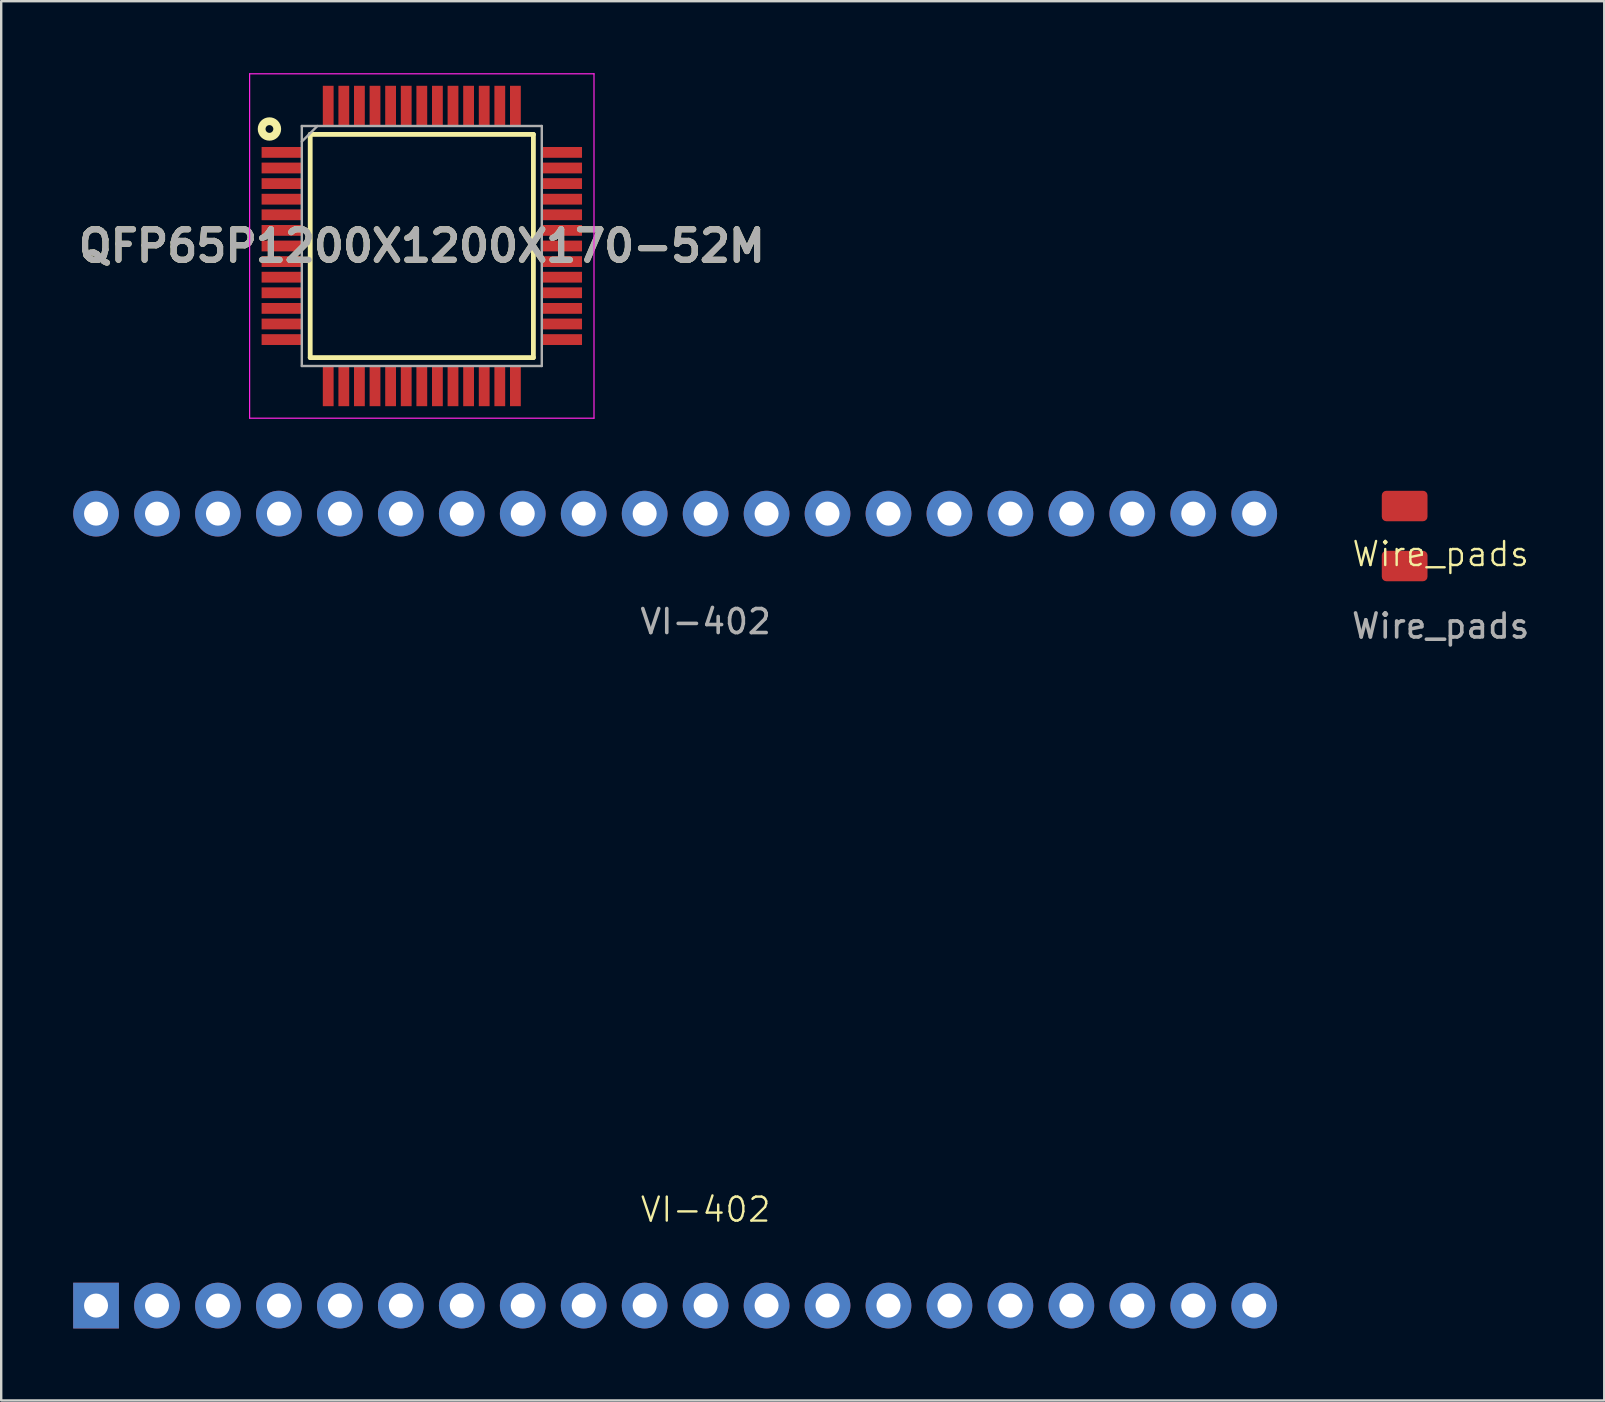
<source format=kicad_pcb>
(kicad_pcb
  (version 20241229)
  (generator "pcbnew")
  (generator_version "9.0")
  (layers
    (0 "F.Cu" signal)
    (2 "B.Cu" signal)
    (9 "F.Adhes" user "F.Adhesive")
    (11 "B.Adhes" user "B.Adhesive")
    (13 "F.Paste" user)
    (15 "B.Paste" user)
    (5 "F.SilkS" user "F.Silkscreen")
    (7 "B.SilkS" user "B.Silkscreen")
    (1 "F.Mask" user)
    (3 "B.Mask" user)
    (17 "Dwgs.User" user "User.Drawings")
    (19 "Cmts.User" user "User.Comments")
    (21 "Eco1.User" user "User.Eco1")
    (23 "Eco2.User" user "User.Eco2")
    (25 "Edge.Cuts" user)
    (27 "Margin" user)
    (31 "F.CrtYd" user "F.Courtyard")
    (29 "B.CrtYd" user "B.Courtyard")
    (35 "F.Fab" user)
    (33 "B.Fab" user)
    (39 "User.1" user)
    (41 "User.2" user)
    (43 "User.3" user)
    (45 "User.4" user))
  (footprint "VI-402"
    (layer "F.Cu")
    (at 26.352 20.352)
    (property "Reference" "VI-402" (at 0 27 0) (unlocked yes) (layer "F.SilkS") (effects (font (size 1 1) (thickness 0.1))))
    (attr smd)
    (fp_text user "${REFERENCE}" (at 0 2.5 0) (unlocked yes) (layer "F.Fab") (effects (font (size 1 1) (thickness 0.15))))
    (pad "1" thru_hole rect (at -25.4 31) (size 1.905 1.905) (drill 1) (layers "*.Cu" "*.Mask"))
    (pad "2" thru_hole circle (at -22.86 31) (size 1.905 1.905) (drill 1) (layers "*.Cu" "*.Mask"))
    (pad "3" thru_hole circle (at -20.32 31) (size 1.905 1.905) (drill 1) (layers "*.Cu" "*.Mask"))
    (pad "4" thru_hole circle (at -17.78 31) (size 1.905 1.905) (drill 1) (layers "*.Cu" "*.Mask"))
    (pad "5" thru_hole circle (at -15.24 31) (size 1.905 1.905) (drill 1) (layers "*.Cu" "*.Mask"))
    (pad "6" thru_hole circle (at -12.7 31) (size 1.905 1.905) (drill 1) (layers "*.Cu" "*.Mask"))
    (pad "7" thru_hole circle (at -10.16 31) (size 1.905 1.905) (drill 1) (layers "*.Cu" "*.Mask"))
    (pad "8" thru_hole circle (at -7.62 31) (size 1.905 1.905) (drill 1) (layers "*.Cu" "*.Mask"))
    (pad "9" thru_hole circle (at -5.08 31) (size 1.905 1.905) (drill 1) (layers "*.Cu" "*.Mask"))
    (pad "10" thru_hole circle (at -2.54 31) (size 1.905 1.905) (drill 1) (layers "*.Cu" "*.Mask"))
    (pad "11" thru_hole circle (at 0 31) (size 1.905 1.905) (drill 1) (layers "*.Cu" "*.Mask"))
    (pad "12" thru_hole circle (at 2.54 31) (size 1.905 1.905) (drill 1) (layers "*.Cu" "*.Mask"))
    (pad "13" thru_hole circle (at 5.08 31) (size 1.905 1.905) (drill 1) (layers "*.Cu" "*.Mask"))
    (pad "14" thru_hole circle (at 7.62 31) (size 1.905 1.905) (drill 1) (layers "*.Cu" "*.Mask"))
    (pad "15" thru_hole circle (at 10.16 31) (size 1.905 1.905) (drill 1) (layers "*.Cu" "*.Mask"))
    (pad "16" thru_hole circle (at 12.7 31) (size 1.905 1.905) (drill 1) (layers "*.Cu" "*.Mask"))
    (pad "17" thru_hole circle (at 15.24 31) (size 1.905 1.905) (drill 1) (layers "*.Cu" "*.Mask"))
    (pad "18" thru_hole circle (at 17.78 31) (size 1.905 1.905) (drill 1) (layers "*.Cu" "*.Mask"))
    (pad "19" thru_hole circle (at 20.32 31) (size 1.905 1.905) (drill 1) (layers "*.Cu" "*.Mask"))
    (pad "20" thru_hole circle (at 22.86 31) (size 1.905 1.905) (drill 1) (layers "*.Cu" "*.Mask"))
    (pad "21" thru_hole circle (at 22.86 -2) (size 1.905 1.905) (drill 1) (layers "*.Cu" "*.Mask"))
    (pad "22" thru_hole circle (at 20.32 -2) (size 1.905 1.905) (drill 1) (layers "*.Cu" "*.Mask"))
    (pad "23" thru_hole circle (at 17.78 -2) (size 1.905 1.905) (drill 1) (layers "*.Cu" "*.Mask"))
    (pad "24" thru_hole circle (at 15.24 -2) (size 1.905 1.905) (drill 1) (layers "*.Cu" "*.Mask"))
    (pad "25" thru_hole circle (at 12.7 -2) (size 1.905 1.905) (drill 1) (layers "*.Cu" "*.Mask"))
    (pad "26" thru_hole circle (at 10.16 -2) (size 1.905 1.905) (drill 1) (layers "*.Cu" "*.Mask"))
    (pad "27" thru_hole circle (at 7.62 -2) (size 1.905 1.905) (drill 1) (layers "*.Cu" "*.Mask"))
    (pad "28" thru_hole circle (at 5.08 -2) (size 1.905 1.905) (drill 1) (layers "*.Cu" "*.Mask"))
    (pad "29" thru_hole circle (at 2.54 -2) (size 1.905 1.905) (drill 1) (layers "*.Cu" "*.Mask"))
    (pad "30" thru_hole circle (at 0 -2) (size 1.905 1.905) (drill 1) (layers "*.Cu" "*.Mask"))
    (pad "31" thru_hole circle (at -2.54 -2) (size 1.905 1.905) (drill 1) (layers "*.Cu" "*.Mask"))
    (pad "32" thru_hole circle (at -5.08 -2) (size 1.905 1.905) (drill 1) (layers "*.Cu" "*.Mask"))
    (pad "33" thru_hole circle (at -7.62 -2) (size 1.905 1.905) (drill 1) (layers "*.Cu" "*.Mask"))
    (pad "34" thru_hole circle (at -10.16 -2) (size 1.905 1.905) (drill 1) (layers "*.Cu" "*.Mask"))
    (pad "35" thru_hole circle (at -12.7 -2) (size 1.905 1.905) (drill 1) (layers "*.Cu" "*.Mask"))
    (pad "36" thru_hole circle (at -15.24 -2) (size 1.905 1.905) (drill 1) (layers "*.Cu" "*.Mask"))
    (pad "37" thru_hole circle (at -17.78 -2) (size 1.905 1.905) (drill 1) (layers "*.Cu" "*.Mask"))
    (pad "38" thru_hole circle (at -20.32 -2) (size 1.905 1.905) (drill 1) (layers "*.Cu" "*.Mask"))
    (pad "39" thru_hole circle (at -22.86 -2) (size 1.905 1.905) (drill 1) (layers "*.Cu" "*.Mask"))
    (pad "40" thru_hole circle (at -25.4 -2) (size 1.905 1.905) (drill 1) (layers "*.Cu" "*.Mask")))
  (footprint "Wire_pads"
    (layer "F.Cu")
    (at 56.98 20.535)
    (property "Reference" "Wire_pads" (at 0 -0.5 0) (unlocked yes) (layer "F.SilkS") (effects (font (size 1 1) (thickness 0.1))))
    (attr smd)
    (fp_text user "${REFERENCE}" (at 0 2.5 0) (unlocked yes) (layer "F.Fab") (effects (font (size 1 1) (thickness 0.15))))
    (pad "1" smd roundrect (at -1.5 0) (size 1.905 1.27) (layers "F.Cu" "F.Mask" "F.Paste") (roundrect_rratio 0.15))
    (pad "3" smd roundrect (at -1.5 -2.5) (size 1.905 1.27) (layers "F.Cu" "F.Mask" "F.Paste") (roundrect_rratio 0.15)))
  (footprint "QFP65P1200X1200X170-52M"
    (layer "F.Cu")
    (at 14.526 7.2)
    (property "Reference" "QFP65P1200X1200X170-52M" (at 0 0 0) (layer "F.SilkS") (effects (font (size 1.27 1.27) (thickness 0.254))))
    (attr smd)
    (fp_line (start -4.65 -4.65) (end 4.65 -4.65) (stroke (width 0.2) (type solid)) (layer "F.SilkS"))
    (fp_line (start -4.65 4.65) (end -4.65 -4.65) (stroke (width 0.2) (type solid)) (layer "F.SilkS"))
    (fp_line (start 4.65 -4.65) (end 4.65 4.65) (stroke (width 0.2) (type solid)) (layer "F.SilkS"))
    (fp_line (start 4.65 4.65) (end -4.65 4.65) (stroke (width 0.2) (type solid)) (layer "F.SilkS"))
    (fp_circle (center -6.349 -4.875) (end -6.349 -4.713) (stroke (width 0.325) (type solid)) (fill no) (layer "F.SilkS"))
    (fp_line (start -7.175 -7.175) (end 7.175 -7.175) (stroke (width 0.05) (type solid)) (layer "F.CrtYd"))
    (fp_line (start -7.175 7.175) (end -7.175 -7.175) (stroke (width 0.05) (type solid)) (layer "F.CrtYd"))
    (fp_line (start 7.175 -7.175) (end 7.175 7.175) (stroke (width 0.05) (type solid)) (layer "F.CrtYd"))
    (fp_line (start 7.175 7.175) (end -7.175 7.175) (stroke (width 0.05) (type solid)) (layer "F.CrtYd"))
    (fp_line (start -5 -5) (end 5 -5) (stroke (width 0.1) (type solid)) (layer "F.Fab"))
    (fp_line (start -5 -4.35) (end -4.35 -5) (stroke (width 0.1) (type solid)) (layer "F.Fab"))
    (fp_line (start -5 5) (end -5 -5) (stroke (width 0.1) (type solid)) (layer "F.Fab"))
    (fp_line (start 5 -5) (end 5 5) (stroke (width 0.1) (type solid)) (layer "F.Fab"))
    (fp_line (start 5 5) (end -5 5) (stroke (width 0.1) (type solid)) (layer "F.Fab"))
    (fp_text user "${REFERENCE}" (at 0 0 0) (layer "F.Fab") (effects (font (size 1.27 1.27) (thickness 0.254))))
    (pad "1" smd rect (at -5.838 -3.9 90) (size 0.45 1.675) (layers "F.Cu" "F.Mask" "F.Paste"))
    (pad "2" smd rect (at -5.838 -3.25 90) (size 0.45 1.675) (layers "F.Cu" "F.Mask" "F.Paste"))
    (pad "3" smd rect (at -5.838 -2.6 90) (size 0.45 1.675) (layers "F.Cu" "F.Mask" "F.Paste"))
    (pad "4" smd rect (at -5.838 -1.95 90) (size 0.45 1.675) (layers "F.Cu" "F.Mask" "F.Paste"))
    (pad "5" smd rect (at -5.838 -1.3 90) (size 0.45 1.675) (layers "F.Cu" "F.Mask" "F.Paste"))
    (pad "6" smd rect (at -5.838 -0.65 90) (size 0.45 1.675) (layers "F.Cu" "F.Mask" "F.Paste"))
    (pad "7" smd rect (at -5.838 0 90) (size 0.45 1.675) (layers "F.Cu" "F.Mask" "F.Paste"))
    (pad "8" smd rect (at -5.838 0.65 90) (size 0.45 1.675) (layers "F.Cu" "F.Mask" "F.Paste"))
    (pad "9" smd rect (at -5.838 1.3 90) (size 0.45 1.675) (layers "F.Cu" "F.Mask" "F.Paste"))
    (pad "10" smd rect (at -5.838 1.95 90) (size 0.45 1.675) (layers "F.Cu" "F.Mask" "F.Paste"))
    (pad "11" smd rect (at -5.838 2.6 90) (size 0.45 1.675) (layers "F.Cu" "F.Mask" "F.Paste"))
    (pad "12" smd rect (at -5.838 3.25 90) (size 0.45 1.675) (layers "F.Cu" "F.Mask" "F.Paste"))
    (pad "13" smd rect (at -5.838 3.9 90) (size 0.45 1.675) (layers "F.Cu" "F.Mask" "F.Paste"))
    (pad "14" smd rect (at -3.9 5.838) (size 0.45 1.675) (layers "F.Cu" "F.Mask" "F.Paste"))
    (pad "15" smd rect (at -3.25 5.838) (size 0.45 1.675) (layers "F.Cu" "F.Mask" "F.Paste"))
    (pad "16" smd rect (at -2.6 5.838) (size 0.45 1.675) (layers "F.Cu" "F.Mask" "F.Paste"))
    (pad "17" smd rect (at -1.95 5.838) (size 0.45 1.675) (layers "F.Cu" "F.Mask" "F.Paste"))
    (pad "18" smd rect (at -1.3 5.838) (size 0.45 1.675) (layers "F.Cu" "F.Mask" "F.Paste"))
    (pad "19" smd rect (at -0.65 5.838) (size 0.45 1.675) (layers "F.Cu" "F.Mask" "F.Paste"))
    (pad "20" smd rect (at 0 5.838) (size 0.45 1.675) (layers "F.Cu" "F.Mask" "F.Paste"))
    (pad "21" smd rect (at 0.65 5.838) (size 0.45 1.675) (layers "F.Cu" "F.Mask" "F.Paste"))
    (pad "22" smd rect (at 1.3 5.838) (size 0.45 1.675) (layers "F.Cu" "F.Mask" "F.Paste"))
    (pad "23" smd rect (at 1.95 5.838) (size 0.45 1.675) (layers "F.Cu" "F.Mask" "F.Paste"))
    (pad "24" smd rect (at 2.6 5.838) (size 0.45 1.675) (layers "F.Cu" "F.Mask" "F.Paste"))
    (pad "25" smd rect (at 3.25 5.838) (size 0.45 1.675) (layers "F.Cu" "F.Mask" "F.Paste"))
    (pad "26" smd rect (at 3.9 5.838) (size 0.45 1.675) (layers "F.Cu" "F.Mask" "F.Paste"))
    (pad "27" smd rect (at 5.838 3.9 90) (size 0.45 1.675) (layers "F.Cu" "F.Mask" "F.Paste"))
    (pad "28" smd rect (at 5.838 3.25 90) (size 0.45 1.675) (layers "F.Cu" "F.Mask" "F.Paste"))
    (pad "29" smd rect (at 5.838 2.6 90) (size 0.45 1.675) (layers "F.Cu" "F.Mask" "F.Paste"))
    (pad "30" smd rect (at 5.838 1.95 90) (size 0.45 1.675) (layers "F.Cu" "F.Mask" "F.Paste"))
    (pad "31" smd rect (at 5.838 1.3 90) (size 0.45 1.675) (layers "F.Cu" "F.Mask" "F.Paste"))
    (pad "32" smd rect (at 5.838 0.65 90) (size 0.45 1.675) (layers "F.Cu" "F.Mask" "F.Paste"))
    (pad "33" smd rect (at 5.838 0 90) (size 0.45 1.675) (layers "F.Cu" "F.Mask" "F.Paste"))
    (pad "34" smd rect (at 5.838 -0.65 90) (size 0.45 1.675) (layers "F.Cu" "F.Mask" "F.Paste"))
    (pad "35" smd rect (at 5.838 -1.3 90) (size 0.45 1.675) (layers "F.Cu" "F.Mask" "F.Paste"))
    (pad "36" smd rect (at 5.838 -1.95 90) (size 0.45 1.675) (layers "F.Cu" "F.Mask" "F.Paste"))
    (pad "37" smd rect (at 5.838 -2.6 90) (size 0.45 1.675) (layers "F.Cu" "F.Mask" "F.Paste"))
    (pad "38" smd rect (at 5.838 -3.25 90) (size 0.45 1.675) (layers "F.Cu" "F.Mask" "F.Paste"))
    (pad "39" smd rect (at 5.838 -3.9 90) (size 0.45 1.675) (layers "F.Cu" "F.Mask" "F.Paste"))
    (pad "40" smd rect (at 3.9 -5.838) (size 0.45 1.675) (layers "F.Cu" "F.Mask" "F.Paste"))
    (pad "41" smd rect (at 3.25 -5.838) (size 0.45 1.675) (layers "F.Cu" "F.Mask" "F.Paste"))
    (pad "42" smd rect (at 2.6 -5.838) (size 0.45 1.675) (layers "F.Cu" "F.Mask" "F.Paste"))
    (pad "43" smd rect (at 1.95 -5.838) (size 0.45 1.675) (layers "F.Cu" "F.Mask" "F.Paste"))
    (pad "44" smd rect (at 1.3 -5.838) (size 0.45 1.675) (layers "F.Cu" "F.Mask" "F.Paste"))
    (pad "45" smd rect (at 0.65 -5.838) (size 0.45 1.675) (layers "F.Cu" "F.Mask" "F.Paste"))
    (pad "46" smd rect (at 0 -5.838) (size 0.45 1.675) (layers "F.Cu" "F.Mask" "F.Paste"))
    (pad "47" smd rect (at -0.65 -5.838) (size 0.45 1.675) (layers "F.Cu" "F.Mask" "F.Paste"))
    (pad "48" smd rect (at -1.3 -5.838) (size 0.45 1.675) (layers "F.Cu" "F.Mask" "F.Paste"))
    (pad "49" smd rect (at -1.95 -5.838) (size 0.45 1.675) (layers "F.Cu" "F.Mask" "F.Paste"))
    (pad "50" smd rect (at -2.6 -5.838) (size 0.45 1.675) (layers "F.Cu" "F.Mask" "F.Paste"))
    (pad "51" smd rect (at -3.25 -5.838) (size 0.45 1.675) (layers "F.Cu" "F.Mask" "F.Paste"))
    (pad "52" smd rect (at -3.9 -5.838) (size 0.45 1.675) (layers "F.Cu" "F.Mask" "F.Paste")))
  (gr_rect
    (start -3 -3)
    (end 63.796 55.305)
    (stroke (width 0.1) (type default))
    (fill no)
    (layer "Edge.Cuts")))
</source>
